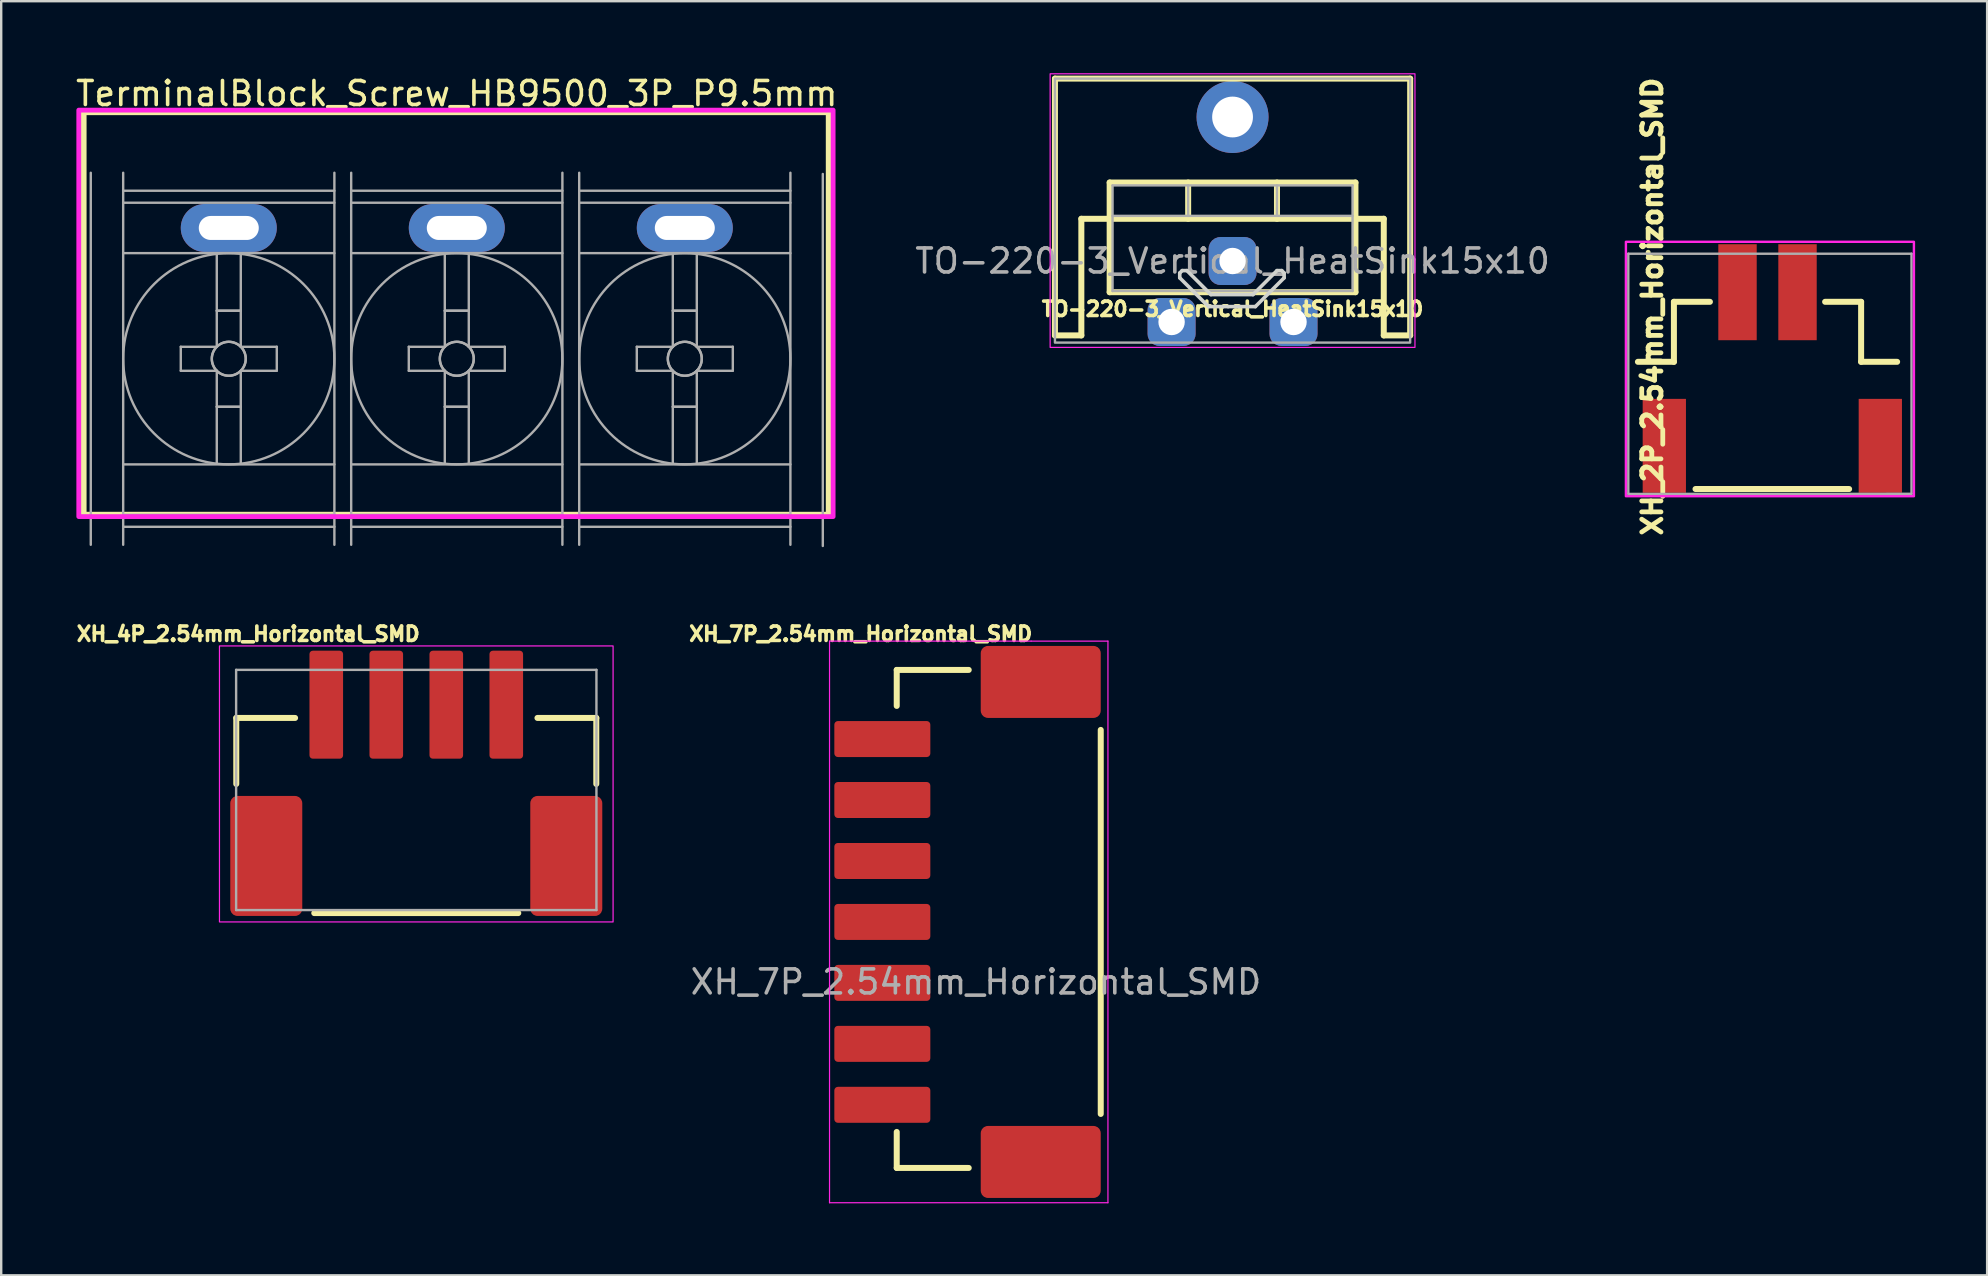
<source format=kicad_pcb>
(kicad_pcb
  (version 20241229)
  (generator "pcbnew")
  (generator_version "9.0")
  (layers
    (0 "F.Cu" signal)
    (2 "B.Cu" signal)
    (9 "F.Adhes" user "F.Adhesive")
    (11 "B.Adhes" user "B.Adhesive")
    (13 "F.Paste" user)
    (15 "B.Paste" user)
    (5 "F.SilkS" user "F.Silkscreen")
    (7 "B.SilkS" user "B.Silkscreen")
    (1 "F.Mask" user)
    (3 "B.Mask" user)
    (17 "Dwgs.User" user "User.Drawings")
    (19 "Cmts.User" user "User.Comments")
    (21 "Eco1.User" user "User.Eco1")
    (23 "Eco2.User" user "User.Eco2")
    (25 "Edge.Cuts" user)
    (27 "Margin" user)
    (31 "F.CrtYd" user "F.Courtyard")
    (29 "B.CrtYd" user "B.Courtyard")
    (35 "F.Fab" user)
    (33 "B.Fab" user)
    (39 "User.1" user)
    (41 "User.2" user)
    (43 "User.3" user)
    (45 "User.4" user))
  (footprint "XH_2P_2.54mm_Horizontal_SMD"
    (layer "F.Cu")
    (at 70.593 12.525)
    (property "Reference" "XH_2P_2.54mm_Horizontal_SMD" (at -4.8 -2.8 90) (layer "F.SilkS") (effects (font (size 0.8 0.8) (thickness 0.2) (bold yes))))
    (attr smd)
    (fp_line (start -3.9 -0.5) (end -5.4 -0.5) (stroke (width 0.25) (type default)) (layer "F.SilkS"))
    (fp_line (start -3.9 -0.5) (end -3.9 -3) (stroke (width 0.25) (type default)) (layer "F.SilkS"))
    (fp_line (start -3 4.8) (end 3.4 4.8) (stroke (width 0.25) (type default)) (layer "F.SilkS"))
    (fp_line (start -2.4 -3) (end -3.9 -3) (stroke (width 0.25) (type default)) (layer "F.SilkS"))
    (fp_line (start 3.9 -3) (end 2.4 -3) (stroke (width 0.25) (type default)) (layer "F.SilkS"))
    (fp_line (start 3.9 -0.5) (end 3.9 -3) (stroke (width 0.25) (type default)) (layer "F.SilkS"))
    (fp_line (start 5.4 -0.5) (end 3.9 -0.5) (stroke (width 0.25) (type default)) (layer "F.SilkS"))
    (fp_rect (start -5.9 -5.5) (end 6.1 5.1) (stroke (width 0.1) (type default)) (fill no) (layer "F.CrtYd"))
    (fp_line (start -5.8 -5.004) (end -5.8 5.004) (stroke (width 0.1) (type solid)) (layer "F.Fab"))
    (fp_line (start -5.8 5.004) (end 6 5) (stroke (width 0.1) (type solid)) (layer "F.Fab"))
    (fp_line (start 6 -5.004) (end -5.8 -5.004) (stroke (width 0.1) (type solid)) (layer "F.Fab"))
    (fp_line (start 6 5.004) (end 6 -5.004) (stroke (width 0.1) (type solid)) (layer "F.Fab"))
    (pad "" smd rect (at -4.3 3 90) (size 3.912 1.803) (layers "F.Cu" "F.Mask" "F.Paste"))
    (pad "" smd rect (at 4.7 3 90) (size 3.912 1.803) (layers "F.Cu" "F.Mask" "F.Paste"))
    (pad "1" smd rect (at -1.25 -3.4) (size 1.6 4) (layers "F.Cu" "F.Mask" "F.Paste"))
    (pad "2" smd rect (at 1.25 -3.4) (size 1.6 4) (layers "F.Cu" "F.Mask" "F.Paste")))
  (footprint "TerminalBlock_Screw_HB9500_3P_P9.5mm"
    (layer "F.Cu")
    (at 15.982 11.898)
    (property "Reference" "TerminalBlock_Screw_HB9500_3P_P9.5mm" (at 0 -11.05 0) (layer "F.SilkS") (effects (font (size 1 1) (thickness 0.15))))
    (attr through_hole)
    (fp_rect (start -15.55 -10.275) (end 15.5 6.5) (stroke (width 0.25) (type solid)) (fill no) (layer "F.SilkS"))
    (fp_rect (start -15.75 -10.36) (end 15.68 6.575) (stroke (width 0.2) (type solid)) (fill no) (layer "F.CrtYd"))
    (fp_line (start -15.25 7.75) (end -15.25 -7.75) (stroke (width 0.1) (type solid)) (layer "F.Fab"))
    (fp_line (start -13.9 -7.75) (end -13.9 7.75) (stroke (width 0.1) (type solid)) (layer "F.Fab"))
    (fp_line (start -13.9 -7) (end -5.1 -7) (stroke (width 0.1) (type solid)) (layer "F.Fab"))
    (fp_line (start -13.9 -6.5) (end -5.1 -6.5) (stroke (width 0.1) (type solid)) (layer "F.Fab"))
    (fp_line (start -13.9 -4.4) (end -5.1 -4.4) (stroke (width 0.1) (type solid)) (layer "F.Fab"))
    (fp_line (start -13.9 4.4) (end -5.1 4.4) (stroke (width 0.1) (type solid)) (layer "F.Fab"))
    (fp_line (start -13.9 6.5) (end -5.1 6.5) (stroke (width 0.1) (type solid)) (layer "F.Fab"))
    (fp_line (start -13.9 7) (end -5.1 7) (stroke (width 0.1) (type solid)) (layer "F.Fab"))
    (fp_line (start -11.5 -0.5) (end -11.5 0.5) (stroke (width 0.1) (type solid)) (layer "F.Fab"))
    (fp_line (start -11.5 0.5) (end -10 0.5) (stroke (width 0.1) (type solid)) (layer "F.Fab"))
    (fp_line (start -10 -4.35) (end -10 -0.5) (stroke (width 0.1) (type solid)) (layer "F.Fab"))
    (fp_line (start -10 -2) (end -9 -2) (stroke (width 0.1) (type solid)) (layer "F.Fab"))
    (fp_line (start -10 -2) (end -9 -2) (stroke (width 0.1) (type solid)) (layer "F.Fab"))
    (fp_line (start -10 -0.5) (end -11.5 -0.5) (stroke (width 0.1) (type solid)) (layer "F.Fab"))
    (fp_line (start -10 0.5) (end -10 4.35) (stroke (width 0.1) (type solid)) (layer "F.Fab"))
    (fp_line (start -10 2) (end -9 2) (stroke (width 0.1) (type solid)) (layer "F.Fab"))
    (fp_line (start -10 2) (end -9 2) (stroke (width 0.1) (type solid)) (layer "F.Fab"))
    (fp_line (start -9 -4.35) (end -9 -0.5) (stroke (width 0.1) (type solid)) (layer "F.Fab"))
    (fp_line (start -9 -0.5) (end -7.5 -0.5) (stroke (width 0.1) (type solid)) (layer "F.Fab"))
    (fp_line (start -9 0.5) (end -9 4.35) (stroke (width 0.1) (type solid)) (layer "F.Fab"))
    (fp_line (start -7.5 -0.5) (end -7.5 0.5) (stroke (width 0.1) (type solid)) (layer "F.Fab"))
    (fp_line (start -7.5 0.5) (end -9 0.5) (stroke (width 0.1) (type solid)) (layer "F.Fab"))
    (fp_line (start -5.1 -7.75) (end -5.1 7.75) (stroke (width 0.1) (type solid)) (layer "F.Fab"))
    (fp_line (start -4.4 -7.75) (end -4.4 7.75) (stroke (width 0.1) (type solid)) (layer "F.Fab"))
    (fp_line (start -4.4 -7) (end 4.4 -7) (stroke (width 0.1) (type solid)) (layer "F.Fab"))
    (fp_line (start -4.4 -6.5) (end 4.4 -6.5) (stroke (width 0.1) (type solid)) (layer "F.Fab"))
    (fp_line (start -4.4 -4.4) (end 4.4 -4.4) (stroke (width 0.1) (type solid)) (layer "F.Fab"))
    (fp_line (start -4.4 4.4) (end 4.4 4.4) (stroke (width 0.1) (type solid)) (layer "F.Fab"))
    (fp_line (start -4.4 6.5) (end 4.4 6.5) (stroke (width 0.1) (type solid)) (layer "F.Fab"))
    (fp_line (start -4.4 7) (end 4.4 7) (stroke (width 0.1) (type solid)) (layer "F.Fab"))
    (fp_line (start -2 -0.5) (end -2 0.5) (stroke (width 0.1) (type solid)) (layer "F.Fab"))
    (fp_line (start -2 0.5) (end -0.5 0.5) (stroke (width 0.1) (type solid)) (layer "F.Fab"))
    (fp_line (start -0.5 -4.35) (end -0.5 -0.5) (stroke (width 0.1) (type solid)) (layer "F.Fab"))
    (fp_line (start -0.5 -2) (end 0.5 -2) (stroke (width 0.1) (type solid)) (layer "F.Fab"))
    (fp_line (start -0.5 -2) (end 0.5 -2) (stroke (width 0.1) (type solid)) (layer "F.Fab"))
    (fp_line (start -0.5 -0.5) (end -2 -0.5) (stroke (width 0.1) (type solid)) (layer "F.Fab"))
    (fp_line (start -0.5 0.5) (end -0.5 4.35) (stroke (width 0.1) (type solid)) (layer "F.Fab"))
    (fp_line (start -0.5 2) (end 0.5 2) (stroke (width 0.1) (type solid)) (layer "F.Fab"))
    (fp_line (start -0.5 2) (end 0.5 2) (stroke (width 0.1) (type solid)) (layer "F.Fab"))
    (fp_line (start 0.5 -4.35) (end 0.5 -0.5) (stroke (width 0.1) (type solid)) (layer "F.Fab"))
    (fp_line (start 0.5 -0.5) (end 2 -0.5) (stroke (width 0.1) (type solid)) (layer "F.Fab"))
    (fp_line (start 0.5 0.5) (end 0.5 4.35) (stroke (width 0.1) (type solid)) (layer "F.Fab"))
    (fp_line (start 2 -0.5) (end 2 0.5) (stroke (width 0.1) (type solid)) (layer "F.Fab"))
    (fp_line (start 2 0.5) (end 0.5 0.5) (stroke (width 0.1) (type solid)) (layer "F.Fab"))
    (fp_line (start 4.4 -7.75) (end 4.4 7.75) (stroke (width 0.1) (type solid)) (layer "F.Fab"))
    (fp_line (start 5.1 -7.75) (end 5.1 7.75) (stroke (width 0.1) (type solid)) (layer "F.Fab"))
    (fp_line (start 5.1 -7) (end 13.9 -7) (stroke (width 0.1) (type solid)) (layer "F.Fab"))
    (fp_line (start 5.1 -6.5) (end 13.9 -6.5) (stroke (width 0.1) (type solid)) (layer "F.Fab"))
    (fp_line (start 5.1 -4.4) (end 13.9 -4.4) (stroke (width 0.1) (type solid)) (layer "F.Fab"))
    (fp_line (start 5.1 4.4) (end 13.9 4.4) (stroke (width 0.1) (type solid)) (layer "F.Fab"))
    (fp_line (start 5.1 6.5) (end 13.9 6.5) (stroke (width 0.1) (type solid)) (layer "F.Fab"))
    (fp_line (start 5.1 7) (end 13.9 7) (stroke (width 0.1) (type solid)) (layer "F.Fab"))
    (fp_line (start 7.5 -0.5) (end 7.5 0.5) (stroke (width 0.1) (type solid)) (layer "F.Fab"))
    (fp_line (start 7.5 0.5) (end 9 0.5) (stroke (width 0.1) (type solid)) (layer "F.Fab"))
    (fp_line (start 9 -4.35) (end 9 -0.5) (stroke (width 0.1) (type solid)) (layer "F.Fab"))
    (fp_line (start 9 -2) (end 10 -2) (stroke (width 0.1) (type solid)) (layer "F.Fab"))
    (fp_line (start 9 -2) (end 10 -2) (stroke (width 0.1) (type solid)) (layer "F.Fab"))
    (fp_line (start 9 -0.5) (end 7.5 -0.5) (stroke (width 0.1) (type solid)) (layer "F.Fab"))
    (fp_line (start 9 0.5) (end 9 4.35) (stroke (width 0.1) (type solid)) (layer "F.Fab"))
    (fp_line (start 9 2) (end 10 2) (stroke (width 0.1) (type solid)) (layer "F.Fab"))
    (fp_line (start 9 2) (end 10 2) (stroke (width 0.1) (type solid)) (layer "F.Fab"))
    (fp_line (start 10 -4.35) (end 10 -0.5) (stroke (width 0.1) (type solid)) (layer "F.Fab"))
    (fp_line (start 10 -0.5) (end 11.5 -0.5) (stroke (width 0.1) (type solid)) (layer "F.Fab"))
    (fp_line (start 10 0.5) (end 10 4.35) (stroke (width 0.1) (type solid)) (layer "F.Fab"))
    (fp_line (start 11.5 -0.5) (end 11.5 0.5) (stroke (width 0.1) (type solid)) (layer "F.Fab"))
    (fp_line (start 11.5 0.5) (end 10 0.5) (stroke (width 0.1) (type solid)) (layer "F.Fab"))
    (fp_line (start 13.9 -7.75) (end 13.9 7.75) (stroke (width 0.1) (type solid)) (layer "F.Fab"))
    (fp_line (start 15.25 7.8) (end 15.25 -7.7) (stroke (width 0.1) (type solid)) (layer "F.Fab"))
    (fp_circle (center -9.5 0) (end -9 0.5) (stroke (width 0.1) (type solid)) (fill no) (layer "F.Fab"))
    (fp_circle (center -9.5 0) (end -9 0.5) (stroke (width 0.1) (type solid)) (fill no) (layer "F.Fab"))
    (fp_circle (center -9.5 0) (end -5.1 0) (stroke (width 0.1) (type solid)) (fill no) (layer "F.Fab"))
    (fp_circle (center 0 0) (end 0.5 0.5) (stroke (width 0.1) (type solid)) (fill no) (layer "F.Fab"))
    (fp_circle (center 0 0) (end 0.5 0.5) (stroke (width 0.1) (type solid)) (fill no) (layer "F.Fab"))
    (fp_circle (center 0 0) (end 4.4 0) (stroke (width 0.1) (type solid)) (fill no) (layer "F.Fab"))
    (fp_circle (center 9.5 0) (end 10 0.5) (stroke (width 0.1) (type solid)) (fill no) (layer "F.Fab"))
    (fp_circle (center 9.5 0) (end 10 0.5) (stroke (width 0.1) (type solid)) (fill no) (layer "F.Fab"))
    (fp_circle (center 9.5 0) (end 13.9 0) (stroke (width 0.1) (type solid)) (fill no) (layer "F.Fab"))
    (pad "1" thru_hole oval (at -9.5 -5.45) (size 4 2) (drill oval 2.5 1) (layers "*.Cu" "*.Mask"))
    (pad "2" thru_hole oval (at 0 -5.45) (size 4 2) (drill oval 2.5 1) (layers "*.Cu" "*.Mask"))
    (pad "3" thru_hole oval (at 9.5 -5.45) (size 4 2) (drill oval 2.5 1) (layers "*.Cu" "*.Mask")))
  (footprint "XH_4P_2.54mm_Horizontal_SMD"
    (layer "F.Cu")
    (at 14.294 29.863)
    (property "Reference" "XH_4P_2.54mm_Horizontal_SMD" (at -7 -6.5 180) (layer "F.SilkS") (effects (font (size 0.6 0.6) (thickness 0.15))))
    (attr smd)
    (fp_line (start -7.5 -0.25) (end -7.5 -3) (stroke (width 0.25) (type solid)) (layer "F.SilkS"))
    (fp_line (start -5.049 -3) (end -7.5 -3) (stroke (width 0.25) (type solid)) (layer "F.SilkS"))
    (fp_line (start -4.25 5.131) (end 4.25 5.131) (stroke (width 0.25) (type solid)) (layer "F.SilkS"))
    (fp_line (start 7.5 -3) (end 5.049 -3) (stroke (width 0.25) (type solid)) (layer "F.SilkS"))
    (fp_line (start 7.5 -0.25) (end 7.5 -3) (stroke (width 0.25) (type solid)) (layer "F.SilkS"))
    (fp_rect (start -8.2 -6) (end 8.2 5.5) (stroke (width 0.05) (type solid)) (fill no) (layer "F.CrtYd"))
    (fp_line (start -7.506 -5.004) (end -7.506 5.004) (stroke (width 0.1) (type solid)) (layer "F.Fab"))
    (fp_line (start -7.506 5.004) (end 7.506 5.004) (stroke (width 0.1) (type solid)) (layer "F.Fab"))
    (fp_line (start 7.506 -5.004) (end -7.506 -5.004) (stroke (width 0.1) (type solid)) (layer "F.Fab"))
    (fp_line (start 7.506 5.004) (end 7.506 -5.004) (stroke (width 0.1) (type solid)) (layer "F.Fab"))
    (pad "1" smd roundrect (at -3.75 -3.552) (size 1.4 4.5) (layers "F.Cu" "F.Mask" "F.Paste") (roundrect_rratio 0.1))
    (pad "2" smd roundrect (at -1.25 -3.552) (size 1.4 4.5) (layers "F.Cu" "F.Mask" "F.Paste") (roundrect_rratio 0.1))
    (pad "3" smd roundrect (at 1.25 -3.552) (size 1.4 4.5) (layers "F.Cu" "F.Mask" "F.Paste") (roundrect_rratio 0.1))
    (pad "4" smd roundrect (at 3.75 -3.552) (size 1.4 4.5) (layers "F.Cu" "F.Mask" "F.Paste") (roundrect_rratio 0.1))
    (pad "S" smd roundrect (at -6.25 2.75 90) (size 5 3) (layers "F.Cu" "F.Mask" "F.Paste") (roundrect_rratio 0.1))
    (pad "S" smd roundrect (at 6.25 2.75 90) (size 5 3) (layers "F.Cu" "F.Mask" "F.Paste") (roundrect_rratio 0.1)))
  (footprint "XH_7P_2.54mm_Horizontal_SMD"
    (layer "F.Cu")
    (at 37.612 35.362)
    (property "Reference" "XH_7P_2.54mm_Horizontal_SMD" (at -4.8 -12 0) (unlocked yes) (layer "F.SilkS") (effects (font (size 0.6 0.6) (thickness 0.15) (bold yes))))
    (attr smd)
    (fp_line (start -3.3 -10.5) (end -3.3 -9) (stroke (width 0.25) (type default)) (layer "F.SilkS"))
    (fp_line (start -3.3 8.75) (end -3.3 10.25) (stroke (width 0.25) (type default)) (layer "F.SilkS"))
    (fp_line (start -0.3 -10.5) (end -3.3 -10.5) (stroke (width 0.25) (type default)) (layer "F.SilkS"))
    (fp_line (start -0.3 10.25) (end -3.3 10.25) (stroke (width 0.25) (type default)) (layer "F.SilkS"))
    (fp_line (start 5.2 -8) (end 5.2 8) (stroke (width 0.25) (type default)) (layer "F.SilkS"))
    (fp_line (start -6.1 -11.7) (end 2.3 -11.7) (stroke (width 0.05) (type default)) (layer "F.CrtYd"))
    (fp_line (start -6.1 -11.6) (end -6.1 -11.7) (stroke (width 0.05) (type default)) (layer "F.CrtYd"))
    (fp_line (start -6.1 11.7) (end -6.1 -11.6) (stroke (width 0.05) (type default)) (layer "F.CrtYd"))
    (fp_line (start 2.3 -11.7) (end 5.5 -11.7) (stroke (width 0.05) (type default)) (layer "F.CrtYd"))
    (fp_line (start 5.5 -11.7) (end 5.5 11.7) (stroke (width 0.05) (type default)) (layer "F.CrtYd"))
    (fp_line (start 5.5 11.7) (end -6.1 11.7) (stroke (width 0.05) (type default)) (layer "F.CrtYd"))
    (fp_text user "${REFERENCE}" (at 0 2.5 0) (unlocked yes) (layer "F.Fab") (effects (font (size 1 1) (thickness 0.15))))
    (pad "1" smd roundrect (at -3.9 -7.62) (size 4 1.5) (layers "F.Cu" "F.Mask" "F.Paste") (roundrect_rratio 0.1))
    (pad "2" smd roundrect (at -3.9 -5.08) (size 4 1.5) (layers "F.Cu" "F.Mask" "F.Paste") (roundrect_rratio 0.1))
    (pad "3" smd roundrect (at -3.9 -2.54) (size 4 1.5) (layers "F.Cu" "F.Mask" "F.Paste") (roundrect_rratio 0.1))
    (pad "4" smd roundrect (at -3.9 0) (size 4 1.5) (layers "F.Cu" "F.Mask" "F.Paste") (roundrect_rratio 0.1))
    (pad "5" smd roundrect (at -3.9 2.54) (size 4 1.5) (layers "F.Cu" "F.Mask" "F.Paste") (roundrect_rratio 0.1))
    (pad "6" smd roundrect (at -3.9 5.08) (size 4 1.5) (layers "F.Cu" "F.Mask" "F.Paste") (roundrect_rratio 0.1))
    (pad "7" smd roundrect (at -3.9 7.62) (size 4 1.5) (layers "F.Cu" "F.Mask" "F.Paste") (roundrect_rratio 0.1))
    (pad "S" smd roundrect (at 2.7 -10) (size 5 3) (layers "F.Cu" "F.Mask" "F.Paste") (roundrect_rratio 0.1))
    (pad "S" smd roundrect (at 2.7 10) (size 5 3) (layers "F.Cu" "F.Mask" "F.Paste") (roundrect_rratio 0.1)))
  (footprint "TO-220-3_Vertical_HeatSink15x10"
    (layer "F.Cu")
    (at 48.304 7.825)
    (property "Reference" "TO-220-3_Vertical_HeatSink15x10" (at 0 2 0) (layer "F.SilkS") (effects (font (size 0.6 0.6) (thickness 0.15))))
    (attr through_hole)
    (fp_line (start -7.4 -7.6) (end -7.4 3.1) (stroke (width 0.25) (type default)) (layer "F.SilkS"))
    (fp_line (start -7.4 3.1) (end -6.3 3.1) (stroke (width 0.25) (type default)) (layer "F.SilkS"))
    (fp_line (start -6.3 -1.76) (end -5.12 -1.76) (stroke (width 0.25) (type default)) (layer "F.SilkS"))
    (fp_line (start -6.3 3.1) (end -6.3 -1.76) (stroke (width 0.25) (type default)) (layer "F.SilkS"))
    (fp_line (start -5.12 -3.27) (end -5.12 1.3) (stroke (width 0.25) (type solid)) (layer "F.SilkS"))
    (fp_line (start -5.12 -3.27) (end 5.12 -3.27) (stroke (width 0.25) (type solid)) (layer "F.SilkS"))
    (fp_line (start -5.12 -1.76) (end 5.12 -1.76) (stroke (width 0.25) (type solid)) (layer "F.SilkS"))
    (fp_line (start -5.12 1.3) (end 5.12 1.3) (stroke (width 0.25) (type solid)) (layer "F.SilkS"))
    (fp_line (start -1.85 -3.27) (end -1.85 -1.76) (stroke (width 0.25) (type solid)) (layer "F.SilkS"))
    (fp_line (start 1.851 -3.27) (end 1.851 -1.76) (stroke (width 0.25) (type solid)) (layer "F.SilkS"))
    (fp_line (start 5.12 -3.27) (end 5.12 1.3) (stroke (width 0.25) (type solid)) (layer "F.SilkS"))
    (fp_line (start 6.3 -1.76) (end 5.12 -1.76) (stroke (width 0.25) (type default)) (layer "F.SilkS"))
    (fp_line (start 6.3 3.1) (end 6.3 -1.76) (stroke (width 0.25) (type default)) (layer "F.SilkS"))
    (fp_line (start 7.4 -7.6) (end -7.4 -7.6) (stroke (width 0.25) (type default)) (layer "F.SilkS"))
    (fp_line (start 7.4 3.1) (end 6.3 3.1) (stroke (width 0.25) (type default)) (layer "F.SilkS"))
    (fp_line (start 7.4 3.1) (end 7.4 -7.6) (stroke (width 0.25) (type default)) (layer "F.SilkS"))
    (fp_line (start -2.2 0.5) (end -2.2 0.7) (stroke (width 0.15) (type default)) (layer "Edge.Cuts"))
    (fp_line (start -2.1 0.4) (end -2.2 0.5) (stroke (width 0.15) (type default)) (layer "Edge.Cuts"))
    (fp_line (start -2.1 0.4) (end -1.9 0.4) (stroke (width 0.15) (type default)) (layer "Edge.Cuts"))
    (fp_line (start -1 1.9) (end -2.2 0.7) (stroke (width 0.15) (type default)) (layer "Edge.Cuts"))
    (fp_line (start -1 1.9) (end 0.95 1.9) (stroke (width 0.15) (type default)) (layer "Edge.Cuts"))
    (fp_line (start -0.9 1.4) (end -1.9 0.4) (stroke (width 0.15) (type default)) (layer "Edge.Cuts"))
    (fp_line (start 0.85 1.4) (end -0.9 1.4) (stroke (width 0.15) (type default)) (layer "Edge.Cuts"))
    (fp_line (start 0.85 1.4) (end 1.85 0.4) (stroke (width 0.15) (type default)) (layer "Edge.Cuts"))
    (fp_line (start 0.95 1.9) (end 2.15 0.7) (stroke (width 0.15) (type default)) (layer "Edge.Cuts"))
    (fp_line (start 1.85 0.4) (end 2.05 0.4) (stroke (width 0.15) (type default)) (layer "Edge.Cuts"))
    (fp_line (start 2.05 0.4) (end 2.15 0.5) (stroke (width 0.15) (type default)) (layer "Edge.Cuts"))
    (fp_line (start 2.15 0.7) (end 2.15 0.5) (stroke (width 0.15) (type default)) (layer "Edge.Cuts"))
    (fp_rect (start -7.6 -7.8) (end 7.6 3.6) (stroke (width 0.05) (type default)) (fill no) (layer "F.CrtYd"))
    (fp_line (start -5 -3.15) (end -5 1.25) (stroke (width 0.1) (type solid)) (layer "F.Fab"))
    (fp_line (start -5 -1.88) (end 5 -1.88) (stroke (width 0.1) (type solid)) (layer "F.Fab"))
    (fp_line (start -5 1.25) (end 5 1.25) (stroke (width 0.1) (type solid)) (layer "F.Fab"))
    (fp_line (start -1.85 -3.15) (end -1.85 -1.88) (stroke (width 0.1) (type solid)) (layer "F.Fab"))
    (fp_line (start 1.85 -3.15) (end 1.85 -1.88) (stroke (width 0.1) (type solid)) (layer "F.Fab"))
    (fp_line (start 5 -3.15) (end -5 -3.15) (stroke (width 0.1) (type solid)) (layer "F.Fab"))
    (fp_line (start 5 1.25) (end 5 -3.15) (stroke (width 0.1) (type solid)) (layer "F.Fab"))
    (fp_rect (start -7.4 -7.6) (end 7.4 3.4) (stroke (width 0.1) (type default)) (fill no) (layer "F.Fab"))
    (fp_text user "${REFERENCE}" (at 0 0 0) (layer "F.Fab") (effects (font (size 1 1) (thickness 0.15))))
    (pad "" thru_hole circle (at 0 -6) (size 3 3) (drill 1.7) (layers "*.Cu" "*.Mask"))
    (pad "1" thru_hole roundrect (at -2.54 2.54) (size 2 2) (drill 1.1) (layers "*.Cu" "*.Mask") (roundrect_rratio 0.25))
    (pad "2" thru_hole roundrect (at 0 0) (size 2 2) (drill 1.1) (layers "*.Cu" "*.Mask") (roundrect_rratio 0.25))
    (pad "3" thru_hole roundrect (at 2.54 2.54) (size 2 2) (drill 1.1) (layers "*.Cu" "*.Mask") (roundrect_rratio 0.25)))
  (gr_rect
    (start -3 -3)
    (end 79.743 50.087)
    (stroke (width 0.1) (type default))
    (fill no)
    (layer "Edge.Cuts")))
</source>
